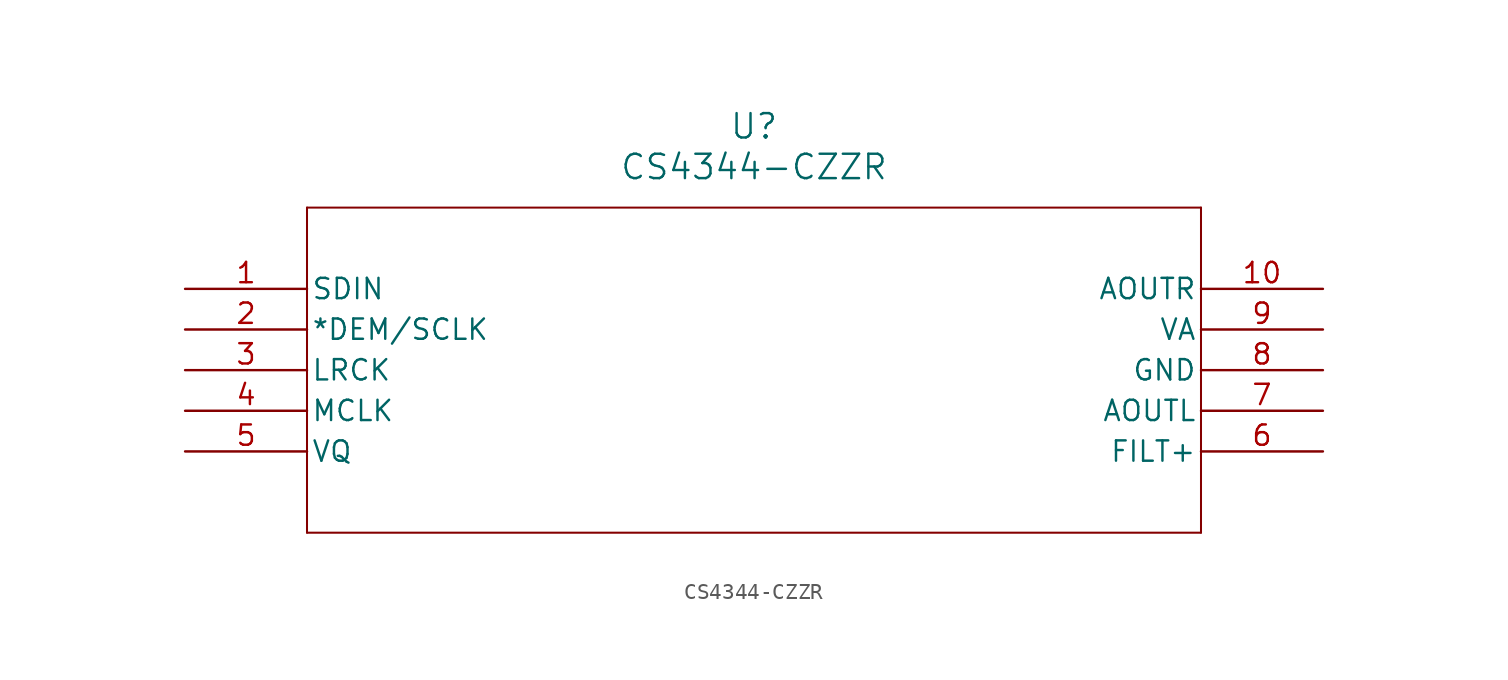
<source format=kicad_sym>
(kicad_symbol_lib
  (version 20211014)
  (generator kicad_symbol_editor)
  (symbol "CS4344-CZZR"
    (pin_names
      (offset 0.254))
    (property "Reference" "U"
      (at 35.56 10.16 0)
      (effects (font (size 1.524 1.524))))
    (property "Value" "CS4344-CZZR"
      (at 35.56 7.62 0)
      (effects (font (size 1.524 1.524))))
    (symbol "CS4344-CZZR_0_1"
      (polyline (pts (xy 7.62 5.08) (xy 7.62 -15.24)) (stroke (width 0.127) (type default) (color 0 0 0 0)) (fill (type none)))
      (polyline (pts (xy 7.62 -15.24) (xy 63.5 -15.24)) (stroke (width 0.127) (type default) (color 0 0 0 0)) (fill (type none)))
      (polyline (pts (xy 63.5 -15.24) (xy 63.5 5.08)) (stroke (width 0.127) (type default) (color 0 0 0 0)) (fill (type none)))
      (polyline (pts (xy 63.5 5.08) (xy 7.62 5.08)) (stroke (width 0.127) (type default) (color 0 0 0 0)) (fill (type none)))
      (pin input line (at 0 0 0) (length 7.62) (name "SDIN" (effects (font (size 1.27 1.27)))) (number "1" (effects (font (size 1.27 1.27)))))
      (pin input line (at 0 -2.54 0) (length 7.62) (name "*DEM/SCLK" (effects (font (size 1.27 1.27)))) (number "2" (effects (font (size 1.27 1.27)))))
      (pin input line (at 0 -5.08 0) (length 7.62) (name "LRCK" (effects (font (size 1.27 1.27)))) (number "3" (effects (font (size 1.27 1.27)))))
      (pin input line (at 0 -7.62 0) (length 7.62) (name "MCLK" (effects (font (size 1.27 1.27)))) (number "4" (effects (font (size 1.27 1.27)))))
      (pin output line (at 0 -10.16 0) (length 7.62) (name "VQ" (effects (font (size 1.27 1.27)))) (number "5" (effects (font (size 1.27 1.27)))))
      (pin output line (at 71.12 -10.16 180) (length 7.62) (name "FILT+" (effects (font (size 1.27 1.27)))) (number "6" (effects (font (size 1.27 1.27)))))
      (pin output line (at 71.12 -7.62 180) (length 7.62) (name "AOUTL" (effects (font (size 1.27 1.27)))) (number "7" (effects (font (size 1.27 1.27)))))
      (pin power_in line (at 71.12 -5.08 180) (length 7.62) (name "GND" (effects (font (size 1.27 1.27)))) (number "8" (effects (font (size 1.27 1.27)))))
      (pin power_in line (at 71.12 -2.54 180) (length 7.62) (name "VA" (effects (font (size 1.27 1.27)))) (number "9" (effects (font (size 1.27 1.27)))))
      (pin output line (at 71.12 0 180) (length 7.62) (name "AOUTR" (effects (font (size 1.27 1.27)))) (number "10" (effects (font (size 1.27 1.27))))))))
</source>
